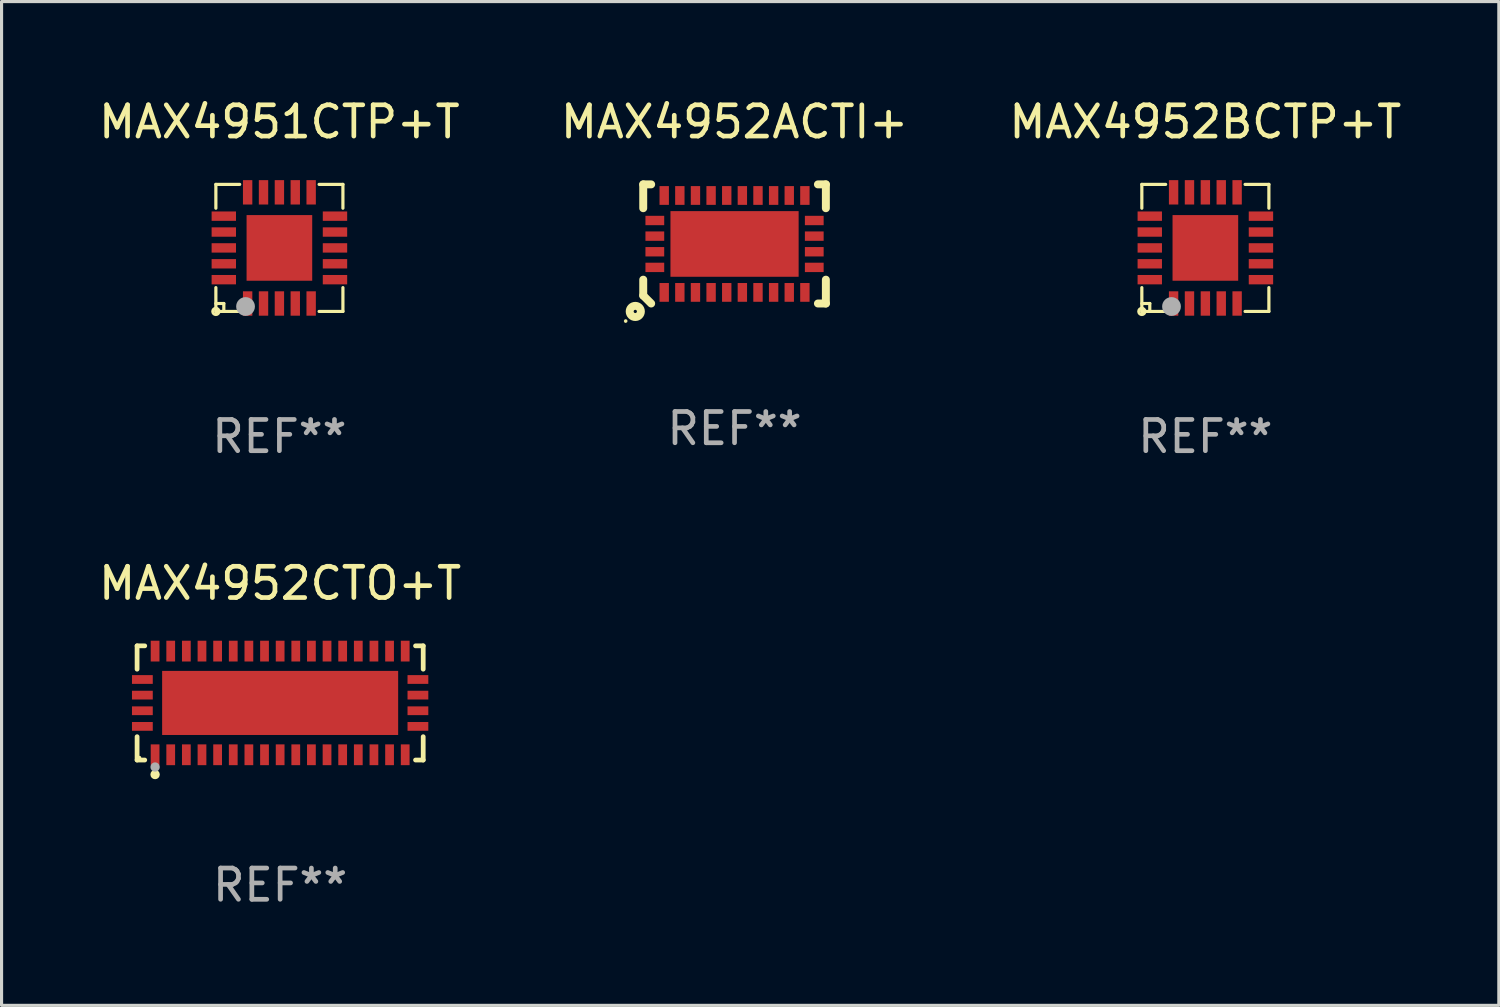
<source format=kicad_pcb>
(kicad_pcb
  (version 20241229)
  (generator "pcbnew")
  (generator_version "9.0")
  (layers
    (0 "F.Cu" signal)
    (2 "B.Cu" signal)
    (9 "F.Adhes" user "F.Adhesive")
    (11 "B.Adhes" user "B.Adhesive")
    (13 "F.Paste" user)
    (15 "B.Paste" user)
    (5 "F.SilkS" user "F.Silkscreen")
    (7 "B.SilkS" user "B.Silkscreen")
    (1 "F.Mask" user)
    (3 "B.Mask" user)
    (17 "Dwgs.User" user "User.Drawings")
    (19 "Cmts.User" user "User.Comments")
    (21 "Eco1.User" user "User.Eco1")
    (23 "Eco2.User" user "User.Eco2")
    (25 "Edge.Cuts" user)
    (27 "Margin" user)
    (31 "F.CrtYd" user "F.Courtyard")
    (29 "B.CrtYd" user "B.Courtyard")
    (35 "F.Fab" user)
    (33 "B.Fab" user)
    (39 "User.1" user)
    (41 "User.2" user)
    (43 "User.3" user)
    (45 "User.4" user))
  (footprint "MAX4952BCTP+T"
    (layer "F.Cu")
    (at 35.506 4.88)
    (property "Reference" "MAX4952BCTP+T" (at 0 -4.032 0) (layer "F.SilkS") (effects (font (size 1 1) (thickness 0.15))))
    (attr through_hole)
    (fp_line (start -2.032 -2.032) (end -1.27 -2.032) (stroke (width 0.102) (type solid)) (layer "F.SilkS"))
    (fp_line (start -2.032 -1.27) (end -2.032 -2.032) (stroke (width 0.102) (type solid)) (layer "F.SilkS"))
    (fp_line (start -2.032 1.778) (end -1.778 1.778) (stroke (width 0.102) (type solid)) (layer "F.SilkS"))
    (fp_line (start -2.032 2.032) (end -2.032 1.27) (stroke (width 0.102) (type solid)) (layer "F.SilkS"))
    (fp_line (start -1.778 1.778) (end -1.778 2.032) (stroke (width 0.102) (type solid)) (layer "F.SilkS"))
    (fp_line (start -1.27 2.032) (end -2.032 2.032) (stroke (width 0.102) (type solid)) (layer "F.SilkS"))
    (fp_line (start 1.27 -2.032) (end 2.032 -2.032) (stroke (width 0.102) (type solid)) (layer "F.SilkS"))
    (fp_line (start 1.27 2.032) (end 2.032 2.032) (stroke (width 0.102) (type solid)) (layer "F.SilkS"))
    (fp_line (start 2.032 -2.032) (end 2.032 -1.27) (stroke (width 0.102) (type solid)) (layer "F.SilkS"))
    (fp_line (start 2.032 2.032) (end 2.032 1.27) (stroke (width 0.102) (type solid)) (layer "F.SilkS"))
    (fp_circle (center -2.032 2.032) (end -1.933 2.032) (stroke (width 0.1) (type solid)) (fill no) (layer "F.SilkS"))
    (fp_circle (center -2.002 2) (end -1.972 2) (stroke (width 0.06) (type solid)) (fill no) (layer "F.SilkS"))
    (fp_circle (center -1.083 1.874) (end -0.933 1.874) (stroke (width 0.3) (type solid)) (fill no) (layer "F.Fab"))
    (fp_text user "REF**" (at 0 6.032 0) (layer "F.Fab") (effects (font (size 1 1) (thickness 0.15))))
    (pad "1" smd rect (at -1.016 1.778 180) (size 0.3 0.78) (layers "F.Cu" "F.Mask" "F.Paste"))
    (pad "2" smd rect (at -0.508 1.778 180) (size 0.3 0.78) (layers "F.Cu" "F.Mask" "F.Paste"))
    (pad "3" smd rect (at 0.000254 1.778 180) (size 0.3 0.78) (layers "F.Cu" "F.Mask" "F.Paste"))
    (pad "4" smd rect (at 0.508 1.778 180) (size 0.3 0.78) (layers "F.Cu" "F.Mask" "F.Paste"))
    (pad "5" smd rect (at 1.016 1.778 180) (size 0.3 0.78) (layers "F.Cu" "F.Mask" "F.Paste"))
    (pad "6" smd rect (at 1.778 1.016 270) (size 0.3 0.78) (layers "F.Cu" "F.Mask" "F.Paste"))
    (pad "7" smd rect (at 1.778 0.508 270) (size 0.3 0.78) (layers "F.Cu" "F.Mask" "F.Paste"))
    (pad "8" smd rect (at 1.778 0 270) (size 0.3 0.78) (layers "F.Cu" "F.Mask" "F.Paste"))
    (pad "9" smd rect (at 1.778 -0.508 270) (size 0.3 0.78) (layers "F.Cu" "F.Mask" "F.Paste"))
    (pad "10" smd rect (at 1.778 -1.016 270) (size 0.3 0.78) (layers "F.Cu" "F.Mask" "F.Paste"))
    (pad "11" smd rect (at 1.016 -1.778) (size 0.3 0.78) (layers "F.Cu" "F.Mask" "F.Paste"))
    (pad "12" smd rect (at 0.508 -1.778) (size 0.3 0.78) (layers "F.Cu" "F.Mask" "F.Paste"))
    (pad "13" smd rect (at 0.000254 -1.778) (size 0.3 0.78) (layers "F.Cu" "F.Mask" "F.Paste"))
    (pad "14" smd rect (at -0.508 -1.778) (size 0.3 0.78) (layers "F.Cu" "F.Mask" "F.Paste"))
    (pad "15" smd rect (at -1.016 -1.778) (size 0.3 0.78) (layers "F.Cu" "F.Mask" "F.Paste"))
    (pad "16" smd rect (at -1.778 -1.016 90) (size 0.3 0.78) (layers "F.Cu" "F.Mask" "F.Paste"))
    (pad "17" smd rect (at -1.778 -0.508 90) (size 0.3 0.78) (layers "F.Cu" "F.Mask" "F.Paste"))
    (pad "18" smd rect (at -1.778 0 90) (size 0.3 0.78) (layers "F.Cu" "F.Mask" "F.Paste"))
    (pad "19" smd rect (at -1.778 0.508 90) (size 0.3 0.78) (layers "F.Cu" "F.Mask" "F.Paste"))
    (pad "20" smd rect (at -1.778 1.016 90) (size 0.3 0.78) (layers "F.Cu" "F.Mask" "F.Paste"))
    (pad "21" smd rect (at 0 0 90) (size 2.1 2.1) (layers "F.Cu" "F.Mask" "F.Paste")))
  (footprint "MAX4951CTP+T"
    (layer "F.Cu")
    (at 5.887 4.88)
    (property "Reference" "MAX4951CTP+T" (at 0 -4.032 0) (layer "F.SilkS") (effects (font (size 1 1) (thickness 0.15))))
    (attr through_hole)
    (fp_line (start -2.032 -2.032) (end -1.27 -2.032) (stroke (width 0.102) (type solid)) (layer "F.SilkS"))
    (fp_line (start -2.032 -1.27) (end -2.032 -2.032) (stroke (width 0.102) (type solid)) (layer "F.SilkS"))
    (fp_line (start -2.032 1.778) (end -1.778 1.778) (stroke (width 0.102) (type solid)) (layer "F.SilkS"))
    (fp_line (start -2.032 2.032) (end -2.032 1.27) (stroke (width 0.102) (type solid)) (layer "F.SilkS"))
    (fp_line (start -1.778 1.778) (end -1.778 2.032) (stroke (width 0.102) (type solid)) (layer "F.SilkS"))
    (fp_line (start -1.27 2.032) (end -2.032 2.032) (stroke (width 0.102) (type solid)) (layer "F.SilkS"))
    (fp_line (start 1.27 -2.032) (end 2.032 -2.032) (stroke (width 0.102) (type solid)) (layer "F.SilkS"))
    (fp_line (start 1.27 2.032) (end 2.032 2.032) (stroke (width 0.102) (type solid)) (layer "F.SilkS"))
    (fp_line (start 2.032 -2.032) (end 2.032 -1.27) (stroke (width 0.102) (type solid)) (layer "F.SilkS"))
    (fp_line (start 2.032 2.032) (end 2.032 1.27) (stroke (width 0.102) (type solid)) (layer "F.SilkS"))
    (fp_circle (center -2.032 2.032) (end -1.933 2.032) (stroke (width 0.1) (type solid)) (fill no) (layer "F.SilkS"))
    (fp_circle (center -2.002 2) (end -1.972 2) (stroke (width 0.06) (type solid)) (fill no) (layer "F.SilkS"))
    (fp_circle (center -1.083 1.874) (end -0.933 1.874) (stroke (width 0.3) (type solid)) (fill no) (layer "F.Fab"))
    (fp_text user "REF**" (at 0 6.032 0) (layer "F.Fab") (effects (font (size 1 1) (thickness 0.15))))
    (pad "1" smd rect (at -1.016 1.778 180) (size 0.3 0.78) (layers "F.Cu" "F.Mask" "F.Paste"))
    (pad "2" smd rect (at -0.508 1.778 180) (size 0.3 0.78) (layers "F.Cu" "F.Mask" "F.Paste"))
    (pad "3" smd rect (at 0.000254 1.778 180) (size 0.3 0.78) (layers "F.Cu" "F.Mask" "F.Paste"))
    (pad "4" smd rect (at 0.508 1.778 180) (size 0.3 0.78) (layers "F.Cu" "F.Mask" "F.Paste"))
    (pad "5" smd rect (at 1.016 1.778 180) (size 0.3 0.78) (layers "F.Cu" "F.Mask" "F.Paste"))
    (pad "6" smd rect (at 1.778 1.016 270) (size 0.3 0.78) (layers "F.Cu" "F.Mask" "F.Paste"))
    (pad "7" smd rect (at 1.778 0.508 270) (size 0.3 0.78) (layers "F.Cu" "F.Mask" "F.Paste"))
    (pad "8" smd rect (at 1.778 0 270) (size 0.3 0.78) (layers "F.Cu" "F.Mask" "F.Paste"))
    (pad "9" smd rect (at 1.778 -0.508 270) (size 0.3 0.78) (layers "F.Cu" "F.Mask" "F.Paste"))
    (pad "10" smd rect (at 1.778 -1.016 270) (size 0.3 0.78) (layers "F.Cu" "F.Mask" "F.Paste"))
    (pad "11" smd rect (at 1.016 -1.778) (size 0.3 0.78) (layers "F.Cu" "F.Mask" "F.Paste"))
    (pad "12" smd rect (at 0.508 -1.778) (size 0.3 0.78) (layers "F.Cu" "F.Mask" "F.Paste"))
    (pad "13" smd rect (at 0.000254 -1.778) (size 0.3 0.78) (layers "F.Cu" "F.Mask" "F.Paste"))
    (pad "14" smd rect (at -0.508 -1.778) (size 0.3 0.78) (layers "F.Cu" "F.Mask" "F.Paste"))
    (pad "15" smd rect (at -1.016 -1.778) (size 0.3 0.78) (layers "F.Cu" "F.Mask" "F.Paste"))
    (pad "16" smd rect (at -1.778 -1.016 90) (size 0.3 0.78) (layers "F.Cu" "F.Mask" "F.Paste"))
    (pad "17" smd rect (at -1.778 -0.508 90) (size 0.3 0.78) (layers "F.Cu" "F.Mask" "F.Paste"))
    (pad "18" smd rect (at -1.778 0 90) (size 0.3 0.78) (layers "F.Cu" "F.Mask" "F.Paste"))
    (pad "19" smd rect (at -1.778 0.508 90) (size 0.3 0.78) (layers "F.Cu" "F.Mask" "F.Paste"))
    (pad "20" smd rect (at -1.778 1.016 90) (size 0.3 0.78) (layers "F.Cu" "F.Mask" "F.Paste"))
    (pad "21" smd rect (at 0 0 90) (size 2.1 2.1) (layers "F.Cu" "F.Mask" "F.Paste")))
  (footprint "MAX4952CTO+T"
    (layer "F.Cu")
    (at 5.911 19.435)
    (property "Reference" "MAX4952CTO+T" (at 0 -3.826 0) (layer "F.SilkS") (effects (font (size 1 1) (thickness 0.15))))
    (attr through_hole)
    (fp_line (start -4.576 -1.826) (end -4.331 -1.826) (stroke (width 0.152) (type solid)) (layer "F.SilkS"))
    (fp_line (start -4.576 -1.08) (end -4.576 -1.826) (stroke (width 0.152) (type solid)) (layer "F.SilkS"))
    (fp_line (start -4.576 1.08) (end -4.576 1.826) (stroke (width 0.152) (type solid)) (layer "F.SilkS"))
    (fp_line (start -4.576 1.826) (end -4.331 1.826) (stroke (width 0.152) (type solid)) (layer "F.SilkS"))
    (fp_line (start 4.576 -1.826) (end 4.331 -1.826) (stroke (width 0.152) (type solid)) (layer "F.SilkS"))
    (fp_line (start 4.576 -1.08) (end 4.576 -1.826) (stroke (width 0.152) (type solid)) (layer "F.SilkS"))
    (fp_line (start 4.576 1.08) (end 4.576 1.826) (stroke (width 0.152) (type solid)) (layer "F.SilkS"))
    (fp_line (start 4.576 1.826) (end 4.331 1.826) (stroke (width 0.152) (type solid)) (layer "F.SilkS"))
    (fp_circle (center -4.5 1.75) (end -4.47 1.75) (stroke (width 0.06) (type solid)) (fill no) (layer "F.SilkS"))
    (fp_circle (center -4 2.29) (end -3.925 2.29) (stroke (width 0.15) (type solid)) (fill no) (layer "F.SilkS"))
    (fp_circle (center -4 2.05) (end -3.925 2.05) (stroke (width 0.15) (type solid)) (fill no) (layer "F.Fab"))
    (fp_text user "REF**" (at 0 5.826 0) (layer "F.Fab") (effects (font (size 1 1) (thickness 0.15))))
    (pad "1" smd rect (at -4 1.658) (size 0.28 0.665) (layers "F.Cu" "F.Mask" "F.Paste"))
    (pad "2" smd rect (at -3.5 1.658) (size 0.28 0.665) (layers "F.Cu" "F.Mask" "F.Paste"))
    (pad "3" smd rect (at -3 1.658) (size 0.28 0.665) (layers "F.Cu" "F.Mask" "F.Paste"))
    (pad "4" smd rect (at -2.5 1.658) (size 0.28 0.665) (layers "F.Cu" "F.Mask" "F.Paste"))
    (pad "5" smd rect (at -2 1.658) (size 0.28 0.665) (layers "F.Cu" "F.Mask" "F.Paste"))
    (pad "6" smd rect (at -1.5 1.658) (size 0.28 0.665) (layers "F.Cu" "F.Mask" "F.Paste"))
    (pad "7" smd rect (at -1 1.658) (size 0.28 0.665) (layers "F.Cu" "F.Mask" "F.Paste"))
    (pad "8" smd rect (at -0.5 1.658) (size 0.28 0.665) (layers "F.Cu" "F.Mask" "F.Paste"))
    (pad "9" smd rect (at 0 1.658) (size 0.28 0.665) (layers "F.Cu" "F.Mask" "F.Paste"))
    (pad "10" smd rect (at 0.5 1.658) (size 0.28 0.665) (layers "F.Cu" "F.Mask" "F.Paste"))
    (pad "11" smd rect (at 1 1.658) (size 0.28 0.665) (layers "F.Cu" "F.Mask" "F.Paste"))
    (pad "12" smd rect (at 1.5 1.658) (size 0.28 0.665) (layers "F.Cu" "F.Mask" "F.Paste"))
    (pad "13" smd rect (at 2 1.658) (size 0.28 0.665) (layers "F.Cu" "F.Mask" "F.Paste"))
    (pad "14" smd rect (at 2.5 1.658) (size 0.28 0.665) (layers "F.Cu" "F.Mask" "F.Paste"))
    (pad "15" smd rect (at 3 1.658) (size 0.28 0.665) (layers "F.Cu" "F.Mask" "F.Paste"))
    (pad "16" smd rect (at 3.5 1.658) (size 0.28 0.665) (layers "F.Cu" "F.Mask" "F.Paste"))
    (pad "17" smd rect (at 4 1.658) (size 0.28 0.665) (layers "F.Cu" "F.Mask" "F.Paste"))
    (pad "18" smd rect (at 4.407 0.75) (size 0.665 0.28) (layers "F.Cu" "F.Mask" "F.Paste"))
    (pad "19" smd rect (at 4.407 0.25) (size 0.665 0.28) (layers "F.Cu" "F.Mask" "F.Paste"))
    (pad "20" smd rect (at 4.407 -0.25) (size 0.665 0.28) (layers "F.Cu" "F.Mask" "F.Paste"))
    (pad "21" smd rect (at 4.407 -0.75) (size 0.665 0.28) (layers "F.Cu" "F.Mask" "F.Paste"))
    (pad "22" smd rect (at 4 -1.658) (size 0.28 0.665) (layers "F.Cu" "F.Mask" "F.Paste"))
    (pad "23" smd rect (at 3.5 -1.658) (size 0.28 0.665) (layers "F.Cu" "F.Mask" "F.Paste"))
    (pad "24" smd rect (at 3 -1.658) (size 0.28 0.665) (layers "F.Cu" "F.Mask" "F.Paste"))
    (pad "25" smd rect (at 2.5 -1.658) (size 0.28 0.665) (layers "F.Cu" "F.Mask" "F.Paste"))
    (pad "26" smd rect (at 2 -1.658) (size 0.28 0.665) (layers "F.Cu" "F.Mask" "F.Paste"))
    (pad "27" smd rect (at 1.5 -1.658) (size 0.28 0.665) (layers "F.Cu" "F.Mask" "F.Paste"))
    (pad "28" smd rect (at 1 -1.658) (size 0.28 0.665) (layers "F.Cu" "F.Mask" "F.Paste"))
    (pad "29" smd rect (at 0.5 -1.658) (size 0.28 0.665) (layers "F.Cu" "F.Mask" "F.Paste"))
    (pad "30" smd rect (at 0 -1.658) (size 0.28 0.665) (layers "F.Cu" "F.Mask" "F.Paste"))
    (pad "31" smd rect (at -0.5 -1.658) (size 0.28 0.665) (layers "F.Cu" "F.Mask" "F.Paste"))
    (pad "32" smd rect (at -1 -1.658) (size 0.28 0.665) (layers "F.Cu" "F.Mask" "F.Paste"))
    (pad "33" smd rect (at -1.5 -1.658) (size 0.28 0.665) (layers "F.Cu" "F.Mask" "F.Paste"))
    (pad "34" smd rect (at -2 -1.658) (size 0.28 0.665) (layers "F.Cu" "F.Mask" "F.Paste"))
    (pad "35" smd rect (at -2.5 -1.658) (size 0.28 0.665) (layers "F.Cu" "F.Mask" "F.Paste"))
    (pad "36" smd rect (at -3 -1.658) (size 0.28 0.665) (layers "F.Cu" "F.Mask" "F.Paste"))
    (pad "37" smd rect (at -3.5 -1.658) (size 0.28 0.665) (layers "F.Cu" "F.Mask" "F.Paste"))
    (pad "38" smd rect (at -4 -1.658) (size 0.28 0.665) (layers "F.Cu" "F.Mask" "F.Paste"))
    (pad "39" smd rect (at -4.407 -0.75) (size 0.665 0.28) (layers "F.Cu" "F.Mask" "F.Paste"))
    (pad "40" smd rect (at -4.407 -0.25) (size 0.665 0.28) (layers "F.Cu" "F.Mask" "F.Paste"))
    (pad "41" smd rect (at -4.407 0.25) (size 0.665 0.28) (layers "F.Cu" "F.Mask" "F.Paste"))
    (pad "42" smd rect (at -4.407 0.75) (size 0.665 0.28) (layers "F.Cu" "F.Mask" "F.Paste"))
    (pad "43" smd rect (at 0 0) (size 7.55 2.05) (layers "F.Cu" "F.Mask" "F.Paste")))
  (footprint "MAX4952ACTI+"
    (layer "F.Cu")
    (at 20.446 4.753)
    (property "Reference" "MAX4952ACTI+" (at 0 -3.905 0) (layer "F.SilkS") (effects (font (size 1 1) (thickness 0.15))))
    (attr through_hole)
    (fp_line (start -2.921 -1.905) (end -2.667 -1.905) (stroke (width 0.254) (type solid)) (layer "F.SilkS"))
    (fp_line (start -2.921 -1.143) (end -2.921 -1.905) (stroke (width 0.254) (type solid)) (layer "F.SilkS"))
    (fp_line (start -2.921 1.143) (end -2.921 1.651) (stroke (width 0.254) (type solid)) (layer "F.SilkS"))
    (fp_line (start -2.921 1.651) (end -2.667 1.905) (stroke (width 0.254) (type solid)) (layer "F.SilkS"))
    (fp_line (start 2.667 -1.905) (end 2.921 -1.905) (stroke (width 0.254) (type solid)) (layer "F.SilkS"))
    (fp_line (start 2.921 -1.905) (end 2.921 -1.143) (stroke (width 0.254) (type solid)) (layer "F.SilkS"))
    (fp_line (start 2.921 1.143) (end 2.921 1.905) (stroke (width 0.254) (type solid)) (layer "F.SilkS"))
    (fp_line (start 2.921 1.905) (end 2.667 1.905) (stroke (width 0.254) (type solid)) (layer "F.SilkS"))
    (fp_circle (center -3.482 2.466) (end -3.452 2.466) (stroke (width 0.06) (type solid)) (fill no) (layer "F.SilkS"))
    (fp_circle (center -3.175 2.159) (end -2.996 2.159) (stroke (width 0.254) (type solid)) (fill no) (layer "F.SilkS"))
    (fp_text user "REF**" (at 0 5.905 0) (layer "F.Fab") (effects (font (size 1 1) (thickness 0.15))))
    (pad "1" smd rect (at -2.25 1.55) (size 0.3 0.6) (layers "F.Cu" "F.Mask" "F.Paste"))
    (pad "2" smd rect (at -1.75 1.55) (size 0.3 0.6) (layers "F.Cu" "F.Mask" "F.Paste"))
    (pad "3" smd rect (at -1.25 1.55) (size 0.3 0.6) (layers "F.Cu" "F.Mask" "F.Paste"))
    (pad "4" smd rect (at -0.75 1.55) (size 0.3 0.6) (layers "F.Cu" "F.Mask" "F.Paste"))
    (pad "5" smd rect (at -0.25 1.55) (size 0.3 0.6) (layers "F.Cu" "F.Mask" "F.Paste"))
    (pad "6" smd rect (at 0.25 1.55) (size 0.3 0.6) (layers "F.Cu" "F.Mask" "F.Paste"))
    (pad "7" smd rect (at 0.75 1.55) (size 0.3 0.6) (layers "F.Cu" "F.Mask" "F.Paste"))
    (pad "8" smd rect (at 1.25 1.55) (size 0.3 0.6) (layers "F.Cu" "F.Mask" "F.Paste"))
    (pad "9" smd rect (at 1.75 1.55) (size 0.3 0.6) (layers "F.Cu" "F.Mask" "F.Paste"))
    (pad "10" smd rect (at 2.25 1.55) (size 0.3 0.6) (layers "F.Cu" "F.Mask" "F.Paste"))
    (pad "11" smd rect (at 2.55 0.75 90) (size 0.3 0.6) (layers "F.Cu" "F.Mask" "F.Paste"))
    (pad "12" smd rect (at 2.55 0.25 90) (size 0.3 0.6) (layers "F.Cu" "F.Mask" "F.Paste"))
    (pad "13" smd rect (at 2.55 -0.25 90) (size 0.3 0.6) (layers "F.Cu" "F.Mask" "F.Paste"))
    (pad "14" smd rect (at 2.55 -0.75 90) (size 0.3 0.6) (layers "F.Cu" "F.Mask" "F.Paste"))
    (pad "15" smd rect (at 2.25 -1.55) (size 0.3 0.6) (layers "F.Cu" "F.Mask" "F.Paste"))
    (pad "16" smd rect (at 1.75 -1.55) (size 0.3 0.6) (layers "F.Cu" "F.Mask" "F.Paste"))
    (pad "17" smd rect (at 1.25 -1.55) (size 0.3 0.6) (layers "F.Cu" "F.Mask" "F.Paste"))
    (pad "18" smd rect (at 0.75 -1.55) (size 0.3 0.6) (layers "F.Cu" "F.Mask" "F.Paste"))
    (pad "19" smd rect (at 0.25 -1.55) (size 0.3 0.6) (layers "F.Cu" "F.Mask" "F.Paste"))
    (pad "20" smd rect (at -0.25 -1.55) (size 0.3 0.6) (layers "F.Cu" "F.Mask" "F.Paste"))
    (pad "21" smd rect (at -0.75 -1.55) (size 0.3 0.6) (layers "F.Cu" "F.Mask" "F.Paste"))
    (pad "22" smd rect (at -1.25 -1.55) (size 0.3 0.6) (layers "F.Cu" "F.Mask" "F.Paste"))
    (pad "23" smd rect (at -1.75 -1.55) (size 0.3 0.6) (layers "F.Cu" "F.Mask" "F.Paste"))
    (pad "24" smd rect (at -2.25 -1.55) (size 0.3 0.6) (layers "F.Cu" "F.Mask" "F.Paste"))
    (pad "25" smd rect (at -2.55 -0.75 270) (size 0.3 0.6) (layers "F.Cu" "F.Mask" "F.Paste"))
    (pad "26" smd rect (at -2.55 -0.25 270) (size 0.3 0.6) (layers "F.Cu" "F.Mask" "F.Paste"))
    (pad "27" smd rect (at -2.55 0.25 270) (size 0.3 0.6) (layers "F.Cu" "F.Mask" "F.Paste"))
    (pad "28" smd rect (at -2.55 0.75 270) (size 0.3 0.6) (layers "F.Cu" "F.Mask" "F.Paste"))
    (pad "29" smd rect (at -0.000076 0.000102 270) (size 2.1 4.1) (layers "F.Cu" "F.Mask" "F.Paste")))
  (gr_rect
    (start -3 -3)
    (end 44.893 29.109)
    (stroke (width 0.1) (type default))
    (fill no)
    (layer "Edge.Cuts")))
</source>
